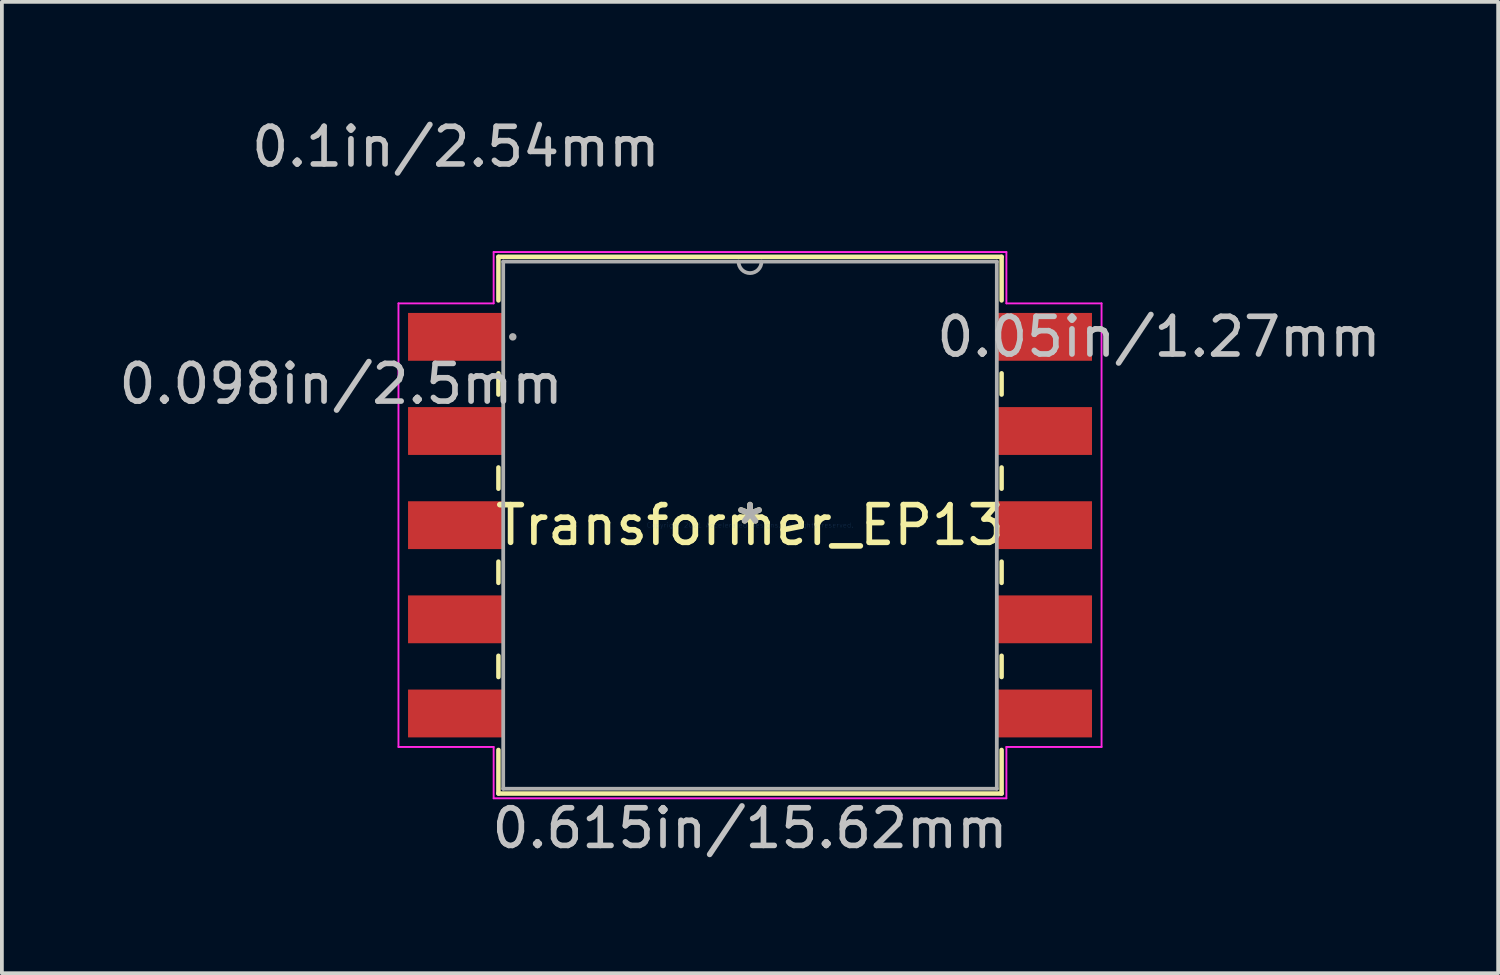
<source format=kicad_pcb>
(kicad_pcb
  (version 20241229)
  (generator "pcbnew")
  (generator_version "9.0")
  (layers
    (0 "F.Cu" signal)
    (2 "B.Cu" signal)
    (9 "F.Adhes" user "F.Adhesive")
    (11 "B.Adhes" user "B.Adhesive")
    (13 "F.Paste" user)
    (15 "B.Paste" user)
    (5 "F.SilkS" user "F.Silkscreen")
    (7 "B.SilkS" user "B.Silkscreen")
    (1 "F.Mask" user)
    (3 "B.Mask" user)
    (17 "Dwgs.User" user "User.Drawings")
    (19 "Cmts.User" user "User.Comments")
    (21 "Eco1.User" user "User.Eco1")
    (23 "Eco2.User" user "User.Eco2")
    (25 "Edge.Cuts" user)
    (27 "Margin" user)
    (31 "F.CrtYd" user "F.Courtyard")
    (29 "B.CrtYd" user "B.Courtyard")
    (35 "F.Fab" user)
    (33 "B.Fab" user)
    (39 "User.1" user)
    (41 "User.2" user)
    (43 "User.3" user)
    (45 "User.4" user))
  (footprint "Transformer_EP13"
    (layer "F.Cu")
    (at 16.864 10.894)
    (property "Reference" "Transformer_EP13" (at 0 0 0) (layer "F.SilkS") (effects (font (size 1 1) (thickness 0.15))))
    (attr through_hole)
    (fp_line (start -6.68 -7.125) (end -6.68 -5.968) (stroke (width 0.12) (type solid)) (layer "F.SilkS"))
    (fp_line (start -6.68 -4.032) (end -6.68 -3.468) (stroke (width 0.12) (type solid)) (layer "F.SilkS"))
    (fp_line (start -6.68 -1.532) (end -6.68 -0.968) (stroke (width 0.12) (type solid)) (layer "F.SilkS"))
    (fp_line (start -6.68 0.968) (end -6.68 1.532) (stroke (width 0.12) (type solid)) (layer "F.SilkS"))
    (fp_line (start -6.68 3.468) (end -6.68 4.032) (stroke (width 0.12) (type solid)) (layer "F.SilkS"))
    (fp_line (start -6.68 5.968) (end -6.68 7.125) (stroke (width 0.12) (type solid)) (layer "F.SilkS"))
    (fp_line (start -6.68 7.125) (end 6.68 7.125) (stroke (width 0.12) (type solid)) (layer "F.SilkS"))
    (fp_line (start 6.68 -7.125) (end -6.68 -7.125) (stroke (width 0.12) (type solid)) (layer "F.SilkS"))
    (fp_line (start 6.68 -5.968) (end 6.68 -7.125) (stroke (width 0.12) (type solid)) (layer "F.SilkS"))
    (fp_line (start 6.68 -3.468) (end 6.68 -4.032) (stroke (width 0.12) (type solid)) (layer "F.SilkS"))
    (fp_line (start 6.68 -0.968) (end 6.68 -1.532) (stroke (width 0.12) (type solid)) (layer "F.SilkS"))
    (fp_line (start 6.68 1.532) (end 6.68 0.968) (stroke (width 0.12) (type solid)) (layer "F.SilkS"))
    (fp_line (start 6.68 4.032) (end 6.68 3.468) (stroke (width 0.12) (type solid)) (layer "F.SilkS"))
    (fp_line (start 6.68 7.125) (end 6.68 5.968) (stroke (width 0.12) (type solid)) (layer "F.SilkS"))
    (fp_line (start -9.334 -5.889) (end -6.807 -5.889) (stroke (width 0.05) (type solid)) (layer "F.CrtYd"))
    (fp_line (start -9.334 5.889) (end -9.334 -5.889) (stroke (width 0.05) (type solid)) (layer "F.CrtYd"))
    (fp_line (start -6.807 -7.252) (end 6.807 -7.252) (stroke (width 0.05) (type solid)) (layer "F.CrtYd"))
    (fp_line (start -6.807 -5.889) (end -6.807 -7.252) (stroke (width 0.05) (type solid)) (layer "F.CrtYd"))
    (fp_line (start -6.807 5.889) (end -9.334 5.889) (stroke (width 0.05) (type solid)) (layer "F.CrtYd"))
    (fp_line (start -6.807 7.252) (end -6.807 5.889) (stroke (width 0.05) (type solid)) (layer "F.CrtYd"))
    (fp_line (start 6.807 -7.252) (end 6.807 -5.889) (stroke (width 0.05) (type solid)) (layer "F.CrtYd"))
    (fp_line (start 6.807 -5.889) (end 9.334 -5.889) (stroke (width 0.05) (type solid)) (layer "F.CrtYd"))
    (fp_line (start 6.807 5.889) (end 6.807 7.252) (stroke (width 0.05) (type solid)) (layer "F.CrtYd"))
    (fp_line (start 6.807 7.252) (end -6.807 7.252) (stroke (width 0.05) (type solid)) (layer "F.CrtYd"))
    (fp_line (start 9.334 -5.889) (end 9.334 5.889) (stroke (width 0.05) (type solid)) (layer "F.CrtYd"))
    (fp_line (start 9.334 5.889) (end 6.807 5.889) (stroke (width 0.05) (type solid)) (layer "F.CrtYd"))
    (fp_line (start -6.553 -6.998) (end -6.553 6.998) (stroke (width 0.1) (type solid)) (layer "F.Fab"))
    (fp_line (start -6.553 6.998) (end 6.553 6.998) (stroke (width 0.1) (type solid)) (layer "F.Fab"))
    (fp_line (start 6.553 -6.998) (end -6.553 -6.998) (stroke (width 0.1) (type solid)) (layer "F.Fab"))
    (fp_line (start 6.553 6.998) (end 6.553 -6.998) (stroke (width 0.1) (type solid)) (layer "F.Fab"))
    (fp_arc (start 0.3048 -6.9977) (mid 0 -6.6929) (end -0.3048 -6.9977) (stroke (width 0.1) (type solid)) (layer "F.Fab"))
    (fp_circle (center -6.299 -5) (end -6.299 -5) (stroke (width 0.1) (type solid)) (fill no) (layer "F.Fab"))
    (fp_text user "*" (at 0 0 0) (layer "F.SilkS") (effects (font (size 1 1) (thickness 0.15))))
    (fp_text user "0.098in/2.5mm" (at -10.858 -3.75 0) (layer "Dwgs.User") (effects (font (size 1 1) (thickness 0.15))))
    (fp_text user "0.05in/1.27mm" (at 10.858 -5 0) (layer "Dwgs.User") (effects (font (size 1 1) (thickness 0.15))))
    (fp_text user "0.1in/2.54mm" (at -7.81 -10.046 0) (layer "Dwgs.User") (effects (font (size 1 1) (thickness 0.15))))
    (fp_text user "0.615in/15.62mm" (at 0 8.048 0) (layer "Dwgs.User") (effects (font (size 1 1) (thickness 0.15))))
    (fp_text user "Copyright 2021 Accelerated Designs. All rights reserved." (at 0 0 0) (layer "Cmts.User") (effects (font (size 0.127 0.127) (thickness 0.002))))
    (fp_text user "*" (at 0 0 0) (layer "F.Fab") (effects (font (size 1 1) (thickness 0.15))))
    (pad "1" smd rect (at -7.81 5) (size 2.54 1.27) (layers "F.Cu" "F.Mask" "F.Paste"))
    (pad "2" smd rect (at -7.81 2.5) (size 2.54 1.27) (layers "F.Cu" "F.Mask" "F.Paste"))
    (pad "3" smd rect (at -7.81 0) (size 2.54 1.27) (layers "F.Cu" "F.Mask" "F.Paste"))
    (pad "4" smd rect (at -7.81 -2.5) (size 2.54 1.27) (layers "F.Cu" "F.Mask" "F.Paste"))
    (pad "5" smd rect (at -7.81 -5) (size 2.54 1.27) (layers "F.Cu" "F.Mask" "F.Paste"))
    (pad "6" smd rect (at 7.81 -5) (size 2.54 1.27) (layers "F.Cu" "F.Mask" "F.Paste"))
    (pad "7" smd rect (at 7.81 -2.5) (size 2.54 1.27) (layers "F.Cu" "F.Mask" "F.Paste"))
    (pad "8" smd rect (at 7.81 0) (size 2.54 1.27) (layers "F.Cu" "F.Mask" "F.Paste"))
    (pad "9" smd rect (at 7.81 2.5) (size 2.54 1.27) (layers "F.Cu" "F.Mask" "F.Paste"))
    (pad "10" smd rect (at 7.81 5) (size 2.54 1.27) (layers "F.Cu" "F.Mask" "F.Paste")))
  (gr_rect
    (start -3 -3)
    (end 36.728 22.79)
    (stroke (width 0.1) (type default))
    (fill no)
    (layer "Edge.Cuts")))
</source>
